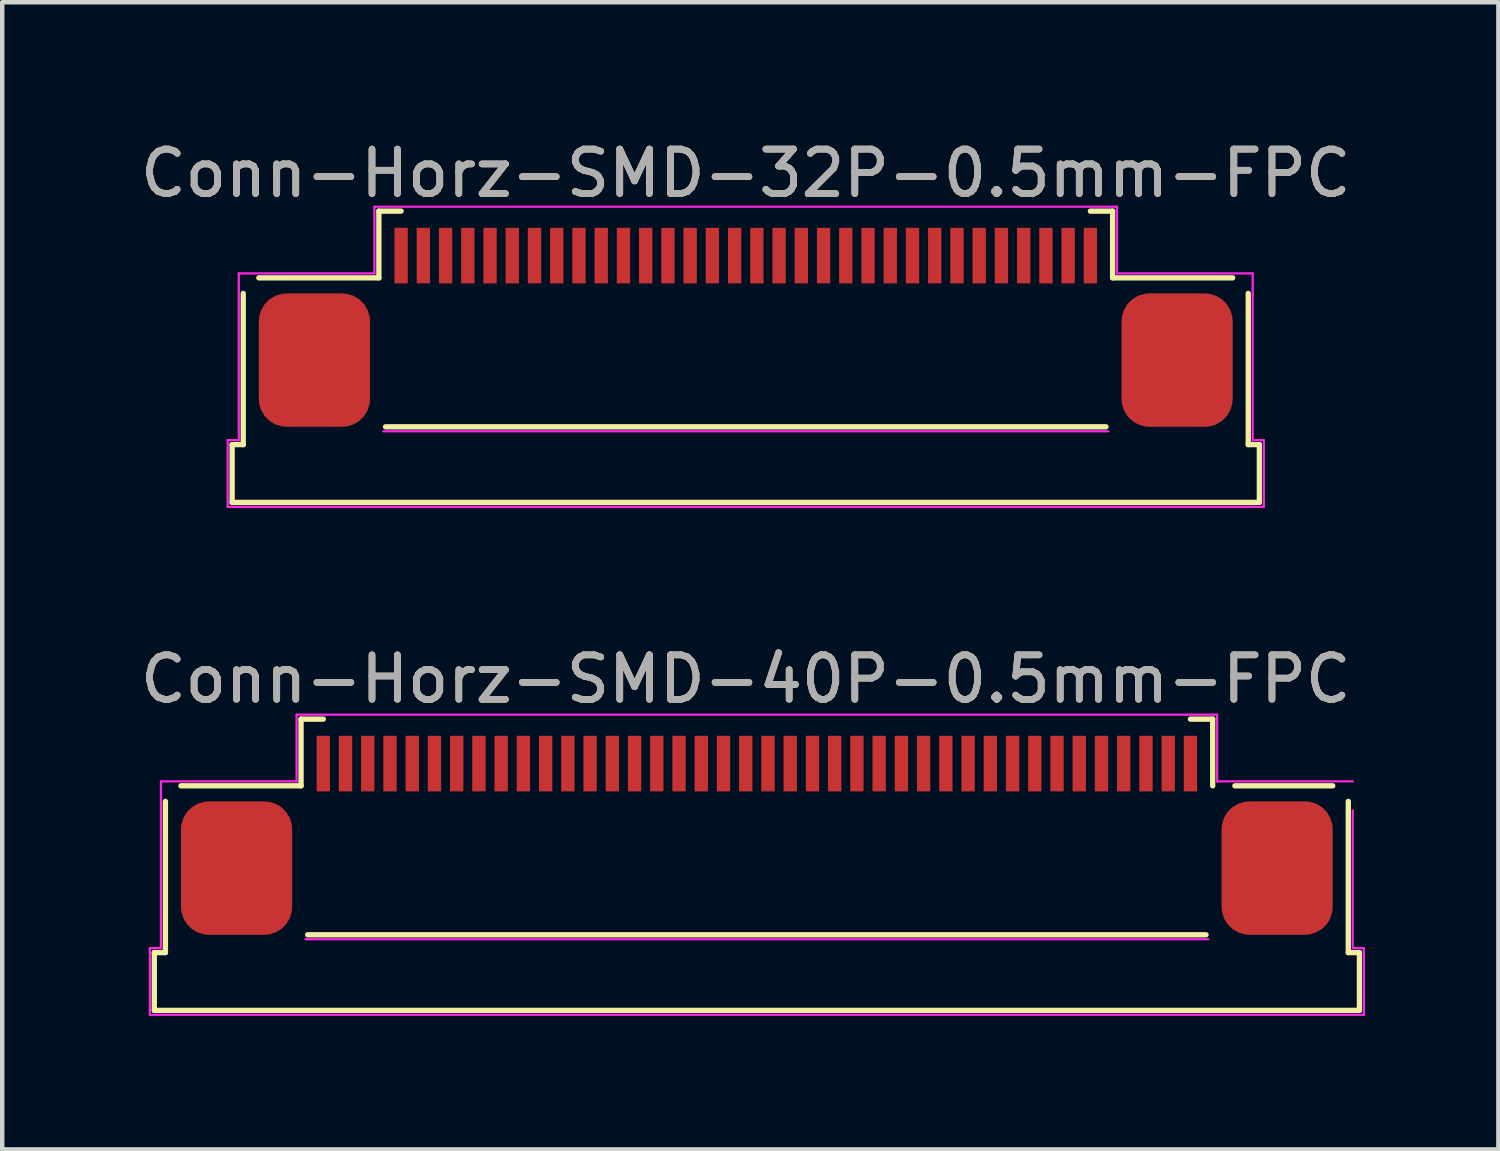
<source format=kicad_pcb>
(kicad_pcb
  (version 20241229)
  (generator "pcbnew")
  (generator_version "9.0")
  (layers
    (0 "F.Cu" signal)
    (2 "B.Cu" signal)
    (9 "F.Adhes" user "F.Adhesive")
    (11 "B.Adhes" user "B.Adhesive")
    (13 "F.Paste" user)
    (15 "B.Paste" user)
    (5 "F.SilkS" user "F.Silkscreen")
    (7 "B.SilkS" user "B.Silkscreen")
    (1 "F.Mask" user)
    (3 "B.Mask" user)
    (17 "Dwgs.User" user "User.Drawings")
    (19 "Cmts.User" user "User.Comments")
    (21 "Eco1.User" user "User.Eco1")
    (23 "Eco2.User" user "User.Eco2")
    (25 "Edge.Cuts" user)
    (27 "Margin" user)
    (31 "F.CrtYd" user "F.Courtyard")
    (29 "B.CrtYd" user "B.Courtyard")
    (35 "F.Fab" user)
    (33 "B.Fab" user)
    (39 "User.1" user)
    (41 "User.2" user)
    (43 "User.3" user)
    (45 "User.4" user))
  (footprint "Conn-Horz-SMD-40P-0.5mm-FPC"
    (layer "F.Cu")
    (at 13.97 16.471)
    (property "Reference" "Conn-Horz-SMD-40P-0.5mm-FPC" (at -0.25 -4.25 0) (unlocked yes) (layer "F.SilkS") (effects (font (size 1 1) (thickness 0.15))))
    (attr smd)
    (fp_line (start -13.55 1.9) (end -13.55 3.2) (stroke (width 0.12) (type solid)) (layer "F.SilkS"))
    (fp_line (start -13.55 1.9) (end -13.3 1.9) (stroke (width 0.12) (type solid)) (layer "F.SilkS"))
    (fp_line (start -13.55 3.2) (end 13.55 3.2) (stroke (width 0.12) (type solid)) (layer "F.SilkS"))
    (fp_line (start -13.3 -1.5) (end -13.3 1.9) (stroke (width 0.12) (type solid)) (layer "F.SilkS"))
    (fp_line (start -12.95 -1.85) (end -10.25 -1.85) (stroke (width 0.12) (type solid)) (layer "F.SilkS"))
    (fp_line (start -10.25 -3.35) (end -9.75 -3.35) (stroke (width 0.12) (type solid)) (layer "F.SilkS"))
    (fp_line (start -10.25 -1.85) (end -10.25 -3.35) (stroke (width 0.12) (type solid)) (layer "F.SilkS"))
    (fp_line (start -10.1 1.5) (end 10.1 1.5) (stroke (width 0.12) (type solid)) (layer "F.SilkS"))
    (fp_line (start 10.25 -3.35) (end 9.75 -3.35) (stroke (width 0.12) (type solid)) (layer "F.SilkS"))
    (fp_line (start 10.25 -1.85) (end 10.25 -3.35) (stroke (width 0.12) (type solid)) (layer "F.SilkS"))
    (fp_line (start 10.75 -1.85) (end 12.95 -1.85) (stroke (width 0.12) (type solid)) (layer "F.SilkS"))
    (fp_line (start 13.3 -1.5) (end 13.3 1.9) (stroke (width 0.12) (type solid)) (layer "F.SilkS"))
    (fp_line (start 13.3 1.9) (end 13.55 1.9) (stroke (width 0.12) (type solid)) (layer "F.SilkS"))
    (fp_line (start 13.55 1.9) (end 13.55 3.2) (stroke (width 0.12) (type solid)) (layer "F.SilkS"))
    (fp_line (start -13.65 1.8) (end -13.4 1.8) (stroke (width 0.05) (type solid)) (layer "F.CrtYd"))
    (fp_line (start -13.65 3.3) (end -13.65 1.8) (stroke (width 0.05) (type solid)) (layer "F.CrtYd"))
    (fp_line (start -13.4 -1.95) (end -10.35 -1.95) (stroke (width 0.05) (type solid)) (layer "F.CrtYd"))
    (fp_line (start -13.4 1.8) (end -13.4 -1.95) (stroke (width 0.05) (type solid)) (layer "F.CrtYd"))
    (fp_line (start -10.35 -3.45) (end 10.35 -3.45) (stroke (width 0.05) (type solid)) (layer "F.CrtYd"))
    (fp_line (start -10.35 -1.95) (end -10.35 -3.45) (stroke (width 0.05) (type solid)) (layer "F.CrtYd"))
    (fp_line (start -10.15 1.6) (end 10.15 1.6) (stroke (width 0.05) (type solid)) (layer "F.CrtYd"))
    (fp_line (start 10.35 -3.45) (end 10.35 -1.95) (stroke (width 0.05) (type solid)) (layer "F.CrtYd"))
    (fp_line (start 10.35 -1.95) (end 13.4 -1.95) (stroke (width 0.05) (type solid)) (layer "F.CrtYd"))
    (fp_line (start 13.4 -1.3) (end 13.4 1.8) (stroke (width 0.05) (type solid)) (layer "F.CrtYd"))
    (fp_line (start 13.4 1.8) (end 13.65 1.8) (stroke (width 0.05) (type solid)) (layer "F.CrtYd"))
    (fp_line (start 13.65 1.8) (end 13.65 3.3) (stroke (width 0.05) (type solid)) (layer "F.CrtYd"))
    (fp_line (start 13.65 3.3) (end -13.65 3.3) (stroke (width 0.05) (type solid)) (layer "F.CrtYd"))
    (fp_text user "${REFERENCE}" (at -0.25 -4.25 0) (unlocked yes) (layer "F.Fab") (effects (font (size 1 1) (thickness 0.15))))
    (pad "1" smd rect (at 9.75 -2.35 180) (size 0.3 1.25) (layers "F.Cu" "F.Mask" "F.Paste"))
    (pad "2" smd rect (at 9.25 -2.35 180) (size 0.3 1.25) (layers "F.Cu" "F.Mask" "F.Paste"))
    (pad "3" smd rect (at 8.75 -2.35 180) (size 0.3 1.25) (layers "F.Cu" "F.Mask" "F.Paste"))
    (pad "4" smd rect (at 8.25 -2.35 180) (size 0.3 1.25) (layers "F.Cu" "F.Mask" "F.Paste"))
    (pad "5" smd rect (at 7.75 -2.35 180) (size 0.3 1.25) (layers "F.Cu" "F.Mask" "F.Paste"))
    (pad "6" smd rect (at 7.25 -2.35 180) (size 0.3 1.25) (layers "F.Cu" "F.Mask" "F.Paste"))
    (pad "7" smd rect (at 6.75 -2.35 180) (size 0.3 1.25) (layers "F.Cu" "F.Mask" "F.Paste"))
    (pad "8" smd rect (at 6.25 -2.35 180) (size 0.3 1.25) (layers "F.Cu" "F.Mask" "F.Paste"))
    (pad "9" smd rect (at 5.75 -2.35 180) (size 0.3 1.25) (layers "F.Cu" "F.Mask" "F.Paste"))
    (pad "10" smd rect (at 5.25 -2.35 180) (size 0.3 1.25) (layers "F.Cu" "F.Mask" "F.Paste"))
    (pad "11" smd rect (at 4.75 -2.35 180) (size 0.3 1.25) (layers "F.Cu" "F.Mask" "F.Paste"))
    (pad "12" smd rect (at 4.25 -2.35 180) (size 0.3 1.25) (layers "F.Cu" "F.Mask" "F.Paste"))
    (pad "13" smd rect (at 3.75 -2.35 180) (size 0.3 1.25) (layers "F.Cu" "F.Mask" "F.Paste"))
    (pad "14" smd rect (at 3.25 -2.35 180) (size 0.3 1.25) (layers "F.Cu" "F.Mask" "F.Paste"))
    (pad "15" smd rect (at 2.75 -2.35 180) (size 0.3 1.25) (layers "F.Cu" "F.Mask" "F.Paste"))
    (pad "16" smd rect (at 2.25 -2.35 180) (size 0.3 1.25) (layers "F.Cu" "F.Mask" "F.Paste"))
    (pad "17" smd rect (at 1.75 -2.35 180) (size 0.3 1.25) (layers "F.Cu" "F.Mask" "F.Paste"))
    (pad "18" smd rect (at 1.25 -2.35 180) (size 0.3 1.25) (layers "F.Cu" "F.Mask" "F.Paste"))
    (pad "19" smd rect (at 0.75 -2.35 180) (size 0.3 1.25) (layers "F.Cu" "F.Mask" "F.Paste"))
    (pad "20" smd rect (at 0.25 -2.35 180) (size 0.3 1.25) (layers "F.Cu" "F.Mask" "F.Paste"))
    (pad "21" smd rect (at -0.25 -2.35 180) (size 0.3 1.25) (layers "F.Cu" "F.Mask" "F.Paste"))
    (pad "22" smd rect (at -0.75 -2.35 180) (size 0.3 1.25) (layers "F.Cu" "F.Mask" "F.Paste"))
    (pad "23" smd rect (at -1.25 -2.35 180) (size 0.3 1.25) (layers "F.Cu" "F.Mask" "F.Paste"))
    (pad "24" smd rect (at -1.75 -2.35 180) (size 0.3 1.25) (layers "F.Cu" "F.Mask" "F.Paste"))
    (pad "25" smd rect (at -2.25 -2.35 180) (size 0.3 1.25) (layers "F.Cu" "F.Mask" "F.Paste"))
    (pad "26" smd rect (at -2.75 -2.35 180) (size 0.3 1.25) (layers "F.Cu" "F.Mask" "F.Paste"))
    (pad "27" smd rect (at -3.25 -2.35 180) (size 0.3 1.25) (layers "F.Cu" "F.Mask" "F.Paste"))
    (pad "28" smd rect (at -3.75 -2.35 180) (size 0.3 1.25) (layers "F.Cu" "F.Mask" "F.Paste"))
    (pad "29" smd rect (at -4.25 -2.35 180) (size 0.3 1.25) (layers "F.Cu" "F.Mask" "F.Paste"))
    (pad "30" smd rect (at -4.75 -2.35 180) (size 0.3 1.25) (layers "F.Cu" "F.Mask" "F.Paste"))
    (pad "31" smd rect (at -5.25 -2.35 180) (size 0.3 1.25) (layers "F.Cu" "F.Mask" "F.Paste"))
    (pad "32" smd rect (at -5.75 -2.35 180) (size 0.3 1.25) (layers "F.Cu" "F.Mask" "F.Paste"))
    (pad "33" smd rect (at -6.25 -2.35 180) (size 0.3 1.25) (layers "F.Cu" "F.Mask" "F.Paste"))
    (pad "34" smd rect (at -6.75 -2.35 180) (size 0.3 1.25) (layers "F.Cu" "F.Mask" "F.Paste"))
    (pad "35" smd rect (at -7.25 -2.35 180) (size 0.3 1.25) (layers "F.Cu" "F.Mask" "F.Paste"))
    (pad "36" smd rect (at -7.75 -2.35 180) (size 0.3 1.25) (layers "F.Cu" "F.Mask" "F.Paste"))
    (pad "37" smd rect (at -8.25 -2.35 180) (size 0.3 1.25) (layers "F.Cu" "F.Mask" "F.Paste"))
    (pad "38" smd rect (at -8.75 -2.35 180) (size 0.3 1.25) (layers "F.Cu" "F.Mask" "F.Paste"))
    (pad "39" smd rect (at -9.25 -2.35 180) (size 0.3 1.25) (layers "F.Cu" "F.Mask" "F.Paste"))
    (pad "40" smd rect (at -9.75 -2.35 180) (size 0.3 1.25) (layers "F.Cu" "F.Mask" "F.Paste"))
    (pad "41" smd roundrect (at 11.7 0) (size 2.5 3) (layers "F.Cu" "F.Mask" "F.Paste") (roundrect_rratio 0.25))
    (pad "42" smd roundrect (at -11.7 0) (size 2.5 3) (layers "F.Cu" "F.Mask" "F.Paste") (roundrect_rratio 0.25)))
  (footprint "Conn-Horz-SMD-32P-0.5mm-FPC"
    (layer "F.Cu")
    (at 13.72 4.998)
    (property "Reference" "Conn-Horz-SMD-32P-0.5mm-FPC" (at 0 -4.15 0) (unlocked yes) (layer "F.SilkS") (effects (font (size 1 1) (thickness 0.15))))
    (attr smd)
    (fp_line (start -11.55 1.95) (end -11.55 3.25) (stroke (width 0.12) (type solid)) (layer "F.SilkS"))
    (fp_line (start -11.55 1.95) (end -11.3 1.95) (stroke (width 0.12) (type solid)) (layer "F.SilkS"))
    (fp_line (start -11.55 3.25) (end 11.55 3.25) (stroke (width 0.12) (type solid)) (layer "F.SilkS"))
    (fp_line (start -11.3 -1.45) (end -11.3 1.95) (stroke (width 0.12) (type solid)) (layer "F.SilkS"))
    (fp_line (start -10.95 -1.8) (end -8.25 -1.8) (stroke (width 0.12) (type solid)) (layer "F.SilkS"))
    (fp_line (start -8.25 -3.3) (end -7.75 -3.3) (stroke (width 0.12) (type solid)) (layer "F.SilkS"))
    (fp_line (start -8.25 -1.8) (end -8.25 -3.3) (stroke (width 0.12) (type solid)) (layer "F.SilkS"))
    (fp_line (start -8.1 1.55) (end 8.1 1.55) (stroke (width 0.12) (type solid)) (layer "F.SilkS"))
    (fp_line (start 8.25 -3.3) (end 7.75 -3.3) (stroke (width 0.12) (type solid)) (layer "F.SilkS"))
    (fp_line (start 8.25 -1.8) (end 8.25 -3.3) (stroke (width 0.12) (type solid)) (layer "F.SilkS"))
    (fp_line (start 8.25 -1.8) (end 10.95 -1.8) (stroke (width 0.12) (type solid)) (layer "F.SilkS"))
    (fp_line (start 11.3 -1.45) (end 11.3 1.95) (stroke (width 0.12) (type solid)) (layer "F.SilkS"))
    (fp_line (start 11.3 1.95) (end 11.55 1.95) (stroke (width 0.12) (type solid)) (layer "F.SilkS"))
    (fp_line (start 11.55 1.95) (end 11.55 3.25) (stroke (width 0.12) (type solid)) (layer "F.SilkS"))
    (fp_line (start -11.65 1.85) (end -11.4 1.85) (stroke (width 0.05) (type solid)) (layer "F.CrtYd"))
    (fp_line (start -11.65 3.35) (end -11.65 1.85) (stroke (width 0.05) (type solid)) (layer "F.CrtYd"))
    (fp_line (start -11.4 -1.9) (end -8.35 -1.9) (stroke (width 0.05) (type solid)) (layer "F.CrtYd"))
    (fp_line (start -11.4 1.85) (end -11.4 -1.9) (stroke (width 0.05) (type solid)) (layer "F.CrtYd"))
    (fp_line (start -8.35 -3.4) (end 8.35 -3.4) (stroke (width 0.05) (type solid)) (layer "F.CrtYd"))
    (fp_line (start -8.35 -1.9) (end -8.35 -3.4) (stroke (width 0.05) (type solid)) (layer "F.CrtYd"))
    (fp_line (start -8.15 1.65) (end 8.15 1.65) (stroke (width 0.05) (type solid)) (layer "F.CrtYd"))
    (fp_line (start 8.35 -3.4) (end 8.35 -1.9) (stroke (width 0.05) (type solid)) (layer "F.CrtYd"))
    (fp_line (start 8.35 -1.9) (end 11.4 -1.9) (stroke (width 0.05) (type solid)) (layer "F.CrtYd"))
    (fp_line (start 11.4 -1.9) (end 11.4 1.85) (stroke (width 0.05) (type solid)) (layer "F.CrtYd"))
    (fp_line (start 11.4 1.85) (end 11.65 1.85) (stroke (width 0.05) (type solid)) (layer "F.CrtYd"))
    (fp_line (start 11.65 1.85) (end 11.65 3.35) (stroke (width 0.05) (type solid)) (layer "F.CrtYd"))
    (fp_line (start 11.65 3.35) (end -11.65 3.35) (stroke (width 0.05) (type solid)) (layer "F.CrtYd"))
    (fp_text user "${REFERENCE}" (at 0 -4.15 0) (unlocked yes) (layer "F.Fab") (effects (font (size 1 1) (thickness 0.15))))
    (pad "1" smd rect (at 7.75 -2.3 180) (size 0.3 1.25) (layers "F.Cu" "F.Mask" "F.Paste"))
    (pad "2" smd rect (at 7.25 -2.3 180) (size 0.3 1.25) (layers "F.Cu" "F.Mask" "F.Paste"))
    (pad "3" smd rect (at 6.75 -2.3 180) (size 0.3 1.25) (layers "F.Cu" "F.Mask" "F.Paste"))
    (pad "4" smd rect (at 6.25 -2.3 180) (size 0.3 1.25) (layers "F.Cu" "F.Mask" "F.Paste"))
    (pad "5" smd rect (at 5.75 -2.3 180) (size 0.3 1.25) (layers "F.Cu" "F.Mask" "F.Paste"))
    (pad "6" smd rect (at 5.25 -2.3 180) (size 0.3 1.25) (layers "F.Cu" "F.Mask" "F.Paste"))
    (pad "7" smd rect (at 4.75 -2.3 180) (size 0.3 1.25) (layers "F.Cu" "F.Mask" "F.Paste"))
    (pad "8" smd rect (at 4.25 -2.3 180) (size 0.3 1.25) (layers "F.Cu" "F.Mask" "F.Paste"))
    (pad "9" smd rect (at 3.75 -2.3 180) (size 0.3 1.25) (layers "F.Cu" "F.Mask" "F.Paste"))
    (pad "10" smd rect (at 3.25 -2.3 180) (size 0.3 1.25) (layers "F.Cu" "F.Mask" "F.Paste"))
    (pad "11" smd rect (at 2.75 -2.3 180) (size 0.3 1.25) (layers "F.Cu" "F.Mask" "F.Paste"))
    (pad "12" smd rect (at 2.25 -2.3 180) (size 0.3 1.25) (layers "F.Cu" "F.Mask" "F.Paste"))
    (pad "13" smd rect (at 1.75 -2.3 180) (size 0.3 1.25) (layers "F.Cu" "F.Mask" "F.Paste"))
    (pad "14" smd rect (at 1.25 -2.3 180) (size 0.3 1.25) (layers "F.Cu" "F.Mask" "F.Paste"))
    (pad "15" smd rect (at 0.75 -2.3 180) (size 0.3 1.25) (layers "F.Cu" "F.Mask" "F.Paste"))
    (pad "16" smd rect (at 0.25 -2.3 180) (size 0.3 1.25) (layers "F.Cu" "F.Mask" "F.Paste"))
    (pad "17" smd rect (at -0.25 -2.3 180) (size 0.3 1.25) (layers "F.Cu" "F.Mask" "F.Paste"))
    (pad "18" smd rect (at -0.75 -2.3 180) (size 0.3 1.25) (layers "F.Cu" "F.Mask" "F.Paste"))
    (pad "19" smd rect (at -1.25 -2.3 180) (size 0.3 1.25) (layers "F.Cu" "F.Mask" "F.Paste"))
    (pad "20" smd rect (at -1.75 -2.3 180) (size 0.3 1.25) (layers "F.Cu" "F.Mask" "F.Paste"))
    (pad "21" smd rect (at -2.25 -2.3 180) (size 0.3 1.25) (layers "F.Cu" "F.Mask" "F.Paste"))
    (pad "22" smd rect (at -2.75 -2.3 180) (size 0.3 1.25) (layers "F.Cu" "F.Mask" "F.Paste"))
    (pad "23" smd rect (at -3.25 -2.3 180) (size 0.3 1.25) (layers "F.Cu" "F.Mask" "F.Paste"))
    (pad "24" smd rect (at -3.75 -2.3 180) (size 0.3 1.25) (layers "F.Cu" "F.Mask" "F.Paste"))
    (pad "25" smd rect (at -4.25 -2.3 180) (size 0.3 1.25) (layers "F.Cu" "F.Mask" "F.Paste"))
    (pad "26" smd rect (at -4.75 -2.3 180) (size 0.3 1.25) (layers "F.Cu" "F.Mask" "F.Paste"))
    (pad "27" smd rect (at -5.25 -2.3 180) (size 0.3 1.25) (layers "F.Cu" "F.Mask" "F.Paste"))
    (pad "28" smd rect (at -5.75 -2.3 180) (size 0.3 1.25) (layers "F.Cu" "F.Mask" "F.Paste"))
    (pad "29" smd rect (at -6.25 -2.3 180) (size 0.3 1.25) (layers "F.Cu" "F.Mask" "F.Paste"))
    (pad "30" smd rect (at -6.75 -2.3 180) (size 0.3 1.25) (layers "F.Cu" "F.Mask" "F.Paste"))
    (pad "31" smd rect (at -7.25 -2.3 180) (size 0.3 1.25) (layers "F.Cu" "F.Mask" "F.Paste"))
    (pad "32" smd rect (at -7.75 -2.3 180) (size 0.3 1.25) (layers "F.Cu" "F.Mask" "F.Paste"))
    (pad "33" smd roundrect (at 9.7 0.05) (size 2.5 3) (layers "F.Cu" "F.Mask" "F.Paste") (roundrect_rratio 0.25))
    (pad "34" smd roundrect (at -9.7 0.05) (size 2.5 3) (layers "F.Cu" "F.Mask" "F.Paste") (roundrect_rratio 0.25)))
  (gr_rect
    (start -3 -3)
    (end 30.645 22.797)
    (stroke (width 0.1) (type default))
    (fill no)
    (layer "Edge.Cuts")))
</source>
